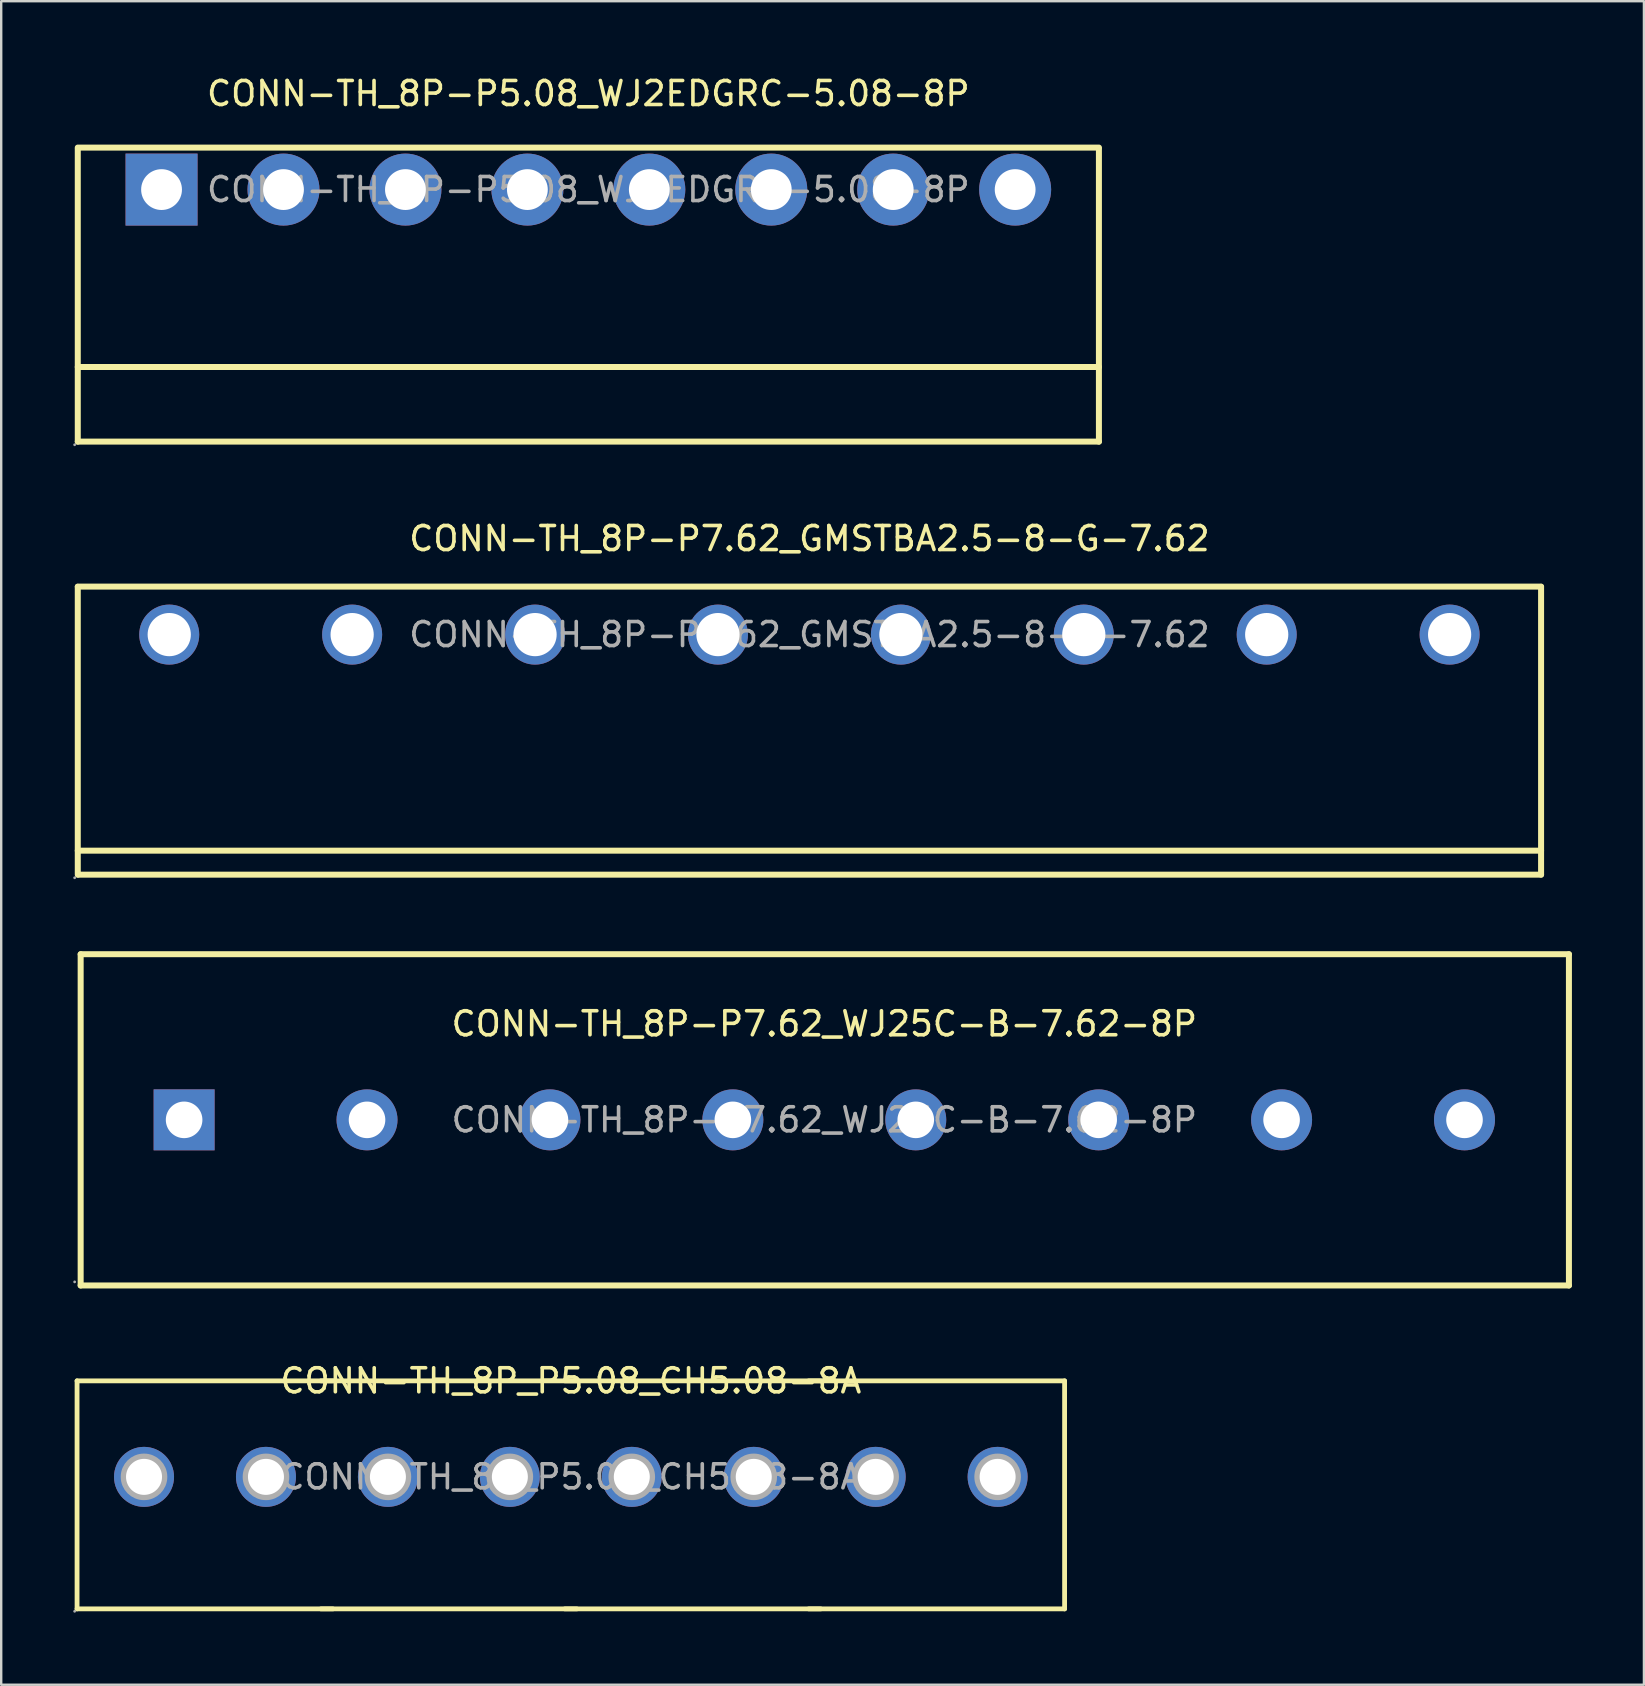
<source format=kicad_pcb>
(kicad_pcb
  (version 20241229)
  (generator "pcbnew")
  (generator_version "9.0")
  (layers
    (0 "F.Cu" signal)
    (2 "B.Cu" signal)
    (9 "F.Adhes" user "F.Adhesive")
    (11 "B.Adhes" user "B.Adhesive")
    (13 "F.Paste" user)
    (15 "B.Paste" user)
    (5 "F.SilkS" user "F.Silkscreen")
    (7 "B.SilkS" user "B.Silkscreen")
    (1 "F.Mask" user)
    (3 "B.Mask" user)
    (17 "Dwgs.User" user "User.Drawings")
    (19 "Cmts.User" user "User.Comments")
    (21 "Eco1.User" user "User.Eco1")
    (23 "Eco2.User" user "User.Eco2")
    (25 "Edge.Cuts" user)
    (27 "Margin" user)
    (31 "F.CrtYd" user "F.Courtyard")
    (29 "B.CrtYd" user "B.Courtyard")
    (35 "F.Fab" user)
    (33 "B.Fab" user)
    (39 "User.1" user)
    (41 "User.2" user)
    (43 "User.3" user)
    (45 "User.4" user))
  (footprint "CONN-TH_8P_P5.08_CH5.08-8A"
    (layer "F.Cu")
    (at 20.73 58.475)
    (property "Reference" "CONN-TH_8P_P5.08_CH5.08-8A" (at 0 -4 0) (layer "F.SilkS") (effects (font (size 1 1) (thickness 0.15))))
    (attr through_hole)
    (fp_line (start -20.57 -4) (end -20.57 5.5) (stroke (width 0.2) (type solid)) (layer "F.SilkS"))
    (fp_line (start -20.57 -4) (end -9.91 -4) (stroke (width 0.2) (type solid)) (layer "F.SilkS"))
    (fp_line (start -20.57 5.5) (end -9.91 5.5) (stroke (width 0.2) (type solid)) (layer "F.SilkS"))
    (fp_line (start -10.41 -4) (end 0.25 -4) (stroke (width 0.2) (type solid)) (layer "F.SilkS"))
    (fp_line (start -10.41 5.5) (end 0.25 5.5) (stroke (width 0.2) (type solid)) (layer "F.SilkS"))
    (fp_line (start -0.25 -4) (end 10.41 -4) (stroke (width 0.2) (type solid)) (layer "F.SilkS"))
    (fp_line (start -0.25 5.5) (end 10.41 5.5) (stroke (width 0.2) (type solid)) (layer "F.SilkS"))
    (fp_line (start 9.91 -4) (end 20.57 -4) (stroke (width 0.2) (type solid)) (layer "F.SilkS"))
    (fp_line (start 9.91 5.5) (end 20.57 5.5) (stroke (width 0.2) (type solid)) (layer "F.SilkS"))
    (fp_line (start 20.57 -4) (end 20.57 5.5) (stroke (width 0.2) (type solid)) (layer "F.SilkS"))
    (fp_circle (center -20.67 5.6) (end -20.64 5.6) (stroke (width 0.06) (type solid)) (fill no) (layer "F.Fab"))
    (fp_circle (center -17.78 0) (end -17.46 0) (stroke (width 0.65) (type solid)) (fill no) (layer "F.Fab"))
    (fp_circle (center -12.7 0) (end -12.38 0) (stroke (width 0.65) (type solid)) (fill no) (layer "F.Fab"))
    (fp_circle (center -7.62 0) (end -7.3 0) (stroke (width 0.65) (type solid)) (fill no) (layer "F.Fab"))
    (fp_circle (center -2.54 0) (end -2.22 0) (stroke (width 0.65) (type solid)) (fill no) (layer "F.Fab"))
    (fp_circle (center 2.54 0) (end 2.86 0) (stroke (width 0.65) (type solid)) (fill no) (layer "F.Fab"))
    (fp_circle (center 7.62 0) (end 7.94 0) (stroke (width 0.65) (type solid)) (fill no) (layer "F.Fab"))
    (fp_circle (center 12.7 0) (end 13.02 0) (stroke (width 0.65) (type solid)) (fill no) (layer "F.Fab"))
    (fp_circle (center 17.78 0) (end 18.1 0) (stroke (width 0.65) (type solid)) (fill no) (layer "F.Fab"))
    (fp_text user "${REFERENCE}" (at 0 0 0) (layer "F.Fab") (effects (font (size 1 1) (thickness 0.15))))
    (pad "1" thru_hole circle (at -17.78 0) (size 2.5 2.5) (drill 1.5) (layers "*.Cu" "*.Paste" "*.Mask"))
    (pad "2" thru_hole circle (at -12.7 0) (size 2.5 2.5) (drill 1.5) (layers "*.Cu" "*.Paste" "*.Mask"))
    (pad "3" thru_hole circle (at -7.62 0) (size 2.5 2.5) (drill 1.5) (layers "*.Cu" "*.Paste" "*.Mask"))
    (pad "4" thru_hole circle (at -2.54 0) (size 2.5 2.5) (drill 1.5) (layers "*.Cu" "*.Paste" "*.Mask"))
    (pad "5" thru_hole circle (at 2.54 0) (size 2.5 2.5) (drill 1.5) (layers "*.Cu" "*.Paste" "*.Mask"))
    (pad "6" thru_hole circle (at 7.62 0) (size 2.5 2.5) (drill 1.5) (layers "*.Cu" "*.Paste" "*.Mask"))
    (pad "7" thru_hole circle (at 12.7 0) (size 2.5 2.5) (drill 1.5) (layers "*.Cu" "*.Paste" "*.Mask"))
    (pad "8" thru_hole circle (at 17.78 0) (size 2.5 2.5) (drill 1.5) (layers "*.Cu" "*.Paste" "*.Mask")))
  (footprint "CONN-TH_8P-P5.08_WJ2EDGRC-5.08-8P"
    (layer "F.Cu")
    (at 21.46 4.848)
    (property "Reference" "CONN-TH_8P-P5.08_WJ2EDGRC-5.08-8P" (at 0 -4 0) (layer "F.SilkS") (effects (font (size 1 1) (thickness 0.15))))
    (attr through_hole)
    (fp_line (start -21.27 7.39) (end 21.27 7.39) (stroke (width 0.25) (type solid)) (layer "F.SilkS"))
    (fp_line (start -21.27 10.5) (end -21.27 -1.7) (stroke (width 0.25) (type solid)) (layer "F.SilkS"))
    (fp_line (start -21.27 10.5) (end 21.27 10.5) (stroke (width 0.25) (type solid)) (layer "F.SilkS"))
    (fp_line (start 21.27 -1.75) (end -21.27 -1.75) (stroke (width 0.25) (type solid)) (layer "F.SilkS"))
    (fp_line (start 21.27 10.5) (end 21.27 -1.7) (stroke (width 0.25) (type solid)) (layer "F.SilkS"))
    (fp_circle (center -21.4 10.63) (end -21.37 10.63) (stroke (width 0.06) (type solid)) (fill no) (layer "F.Fab"))
    (fp_circle (center -17.78 0) (end -17.4 0) (stroke (width 0.75) (type solid)) (fill no) (layer "F.Fab"))
    (fp_circle (center -12.7 0) (end -12.32 0) (stroke (width 0.75) (type solid)) (fill no) (layer "F.Fab"))
    (fp_circle (center -7.62 0) (end -7.24 0) (stroke (width 0.75) (type solid)) (fill no) (layer "F.Fab"))
    (fp_circle (center -2.54 0) (end -2.16 0) (stroke (width 0.75) (type solid)) (fill no) (layer "F.Fab"))
    (fp_circle (center 2.54 0) (end 2.92 0) (stroke (width 0.75) (type solid)) (fill no) (layer "F.Fab"))
    (fp_circle (center 7.62 0) (end 8 0) (stroke (width 0.75) (type solid)) (fill no) (layer "F.Fab"))
    (fp_circle (center 12.7 0) (end 13.08 0) (stroke (width 0.75) (type solid)) (fill no) (layer "F.Fab"))
    (fp_circle (center 17.78 0) (end 18.16 0) (stroke (width 0.75) (type solid)) (fill no) (layer "F.Fab"))
    (fp_text user "${REFERENCE}" (at 0 0 0) (layer "F.Fab") (effects (font (size 1 1) (thickness 0.15))))
    (pad "1" thru_hole rect (at -17.78 0) (size 3 3) (drill 1.7) (layers "*.Cu" "*.Paste" "*.Mask"))
    (pad "2" thru_hole circle (at -12.7 0) (size 3 3) (drill 1.7) (layers "*.Cu" "*.Paste" "*.Mask"))
    (pad "3" thru_hole circle (at -7.62 0) (size 3 3) (drill 1.7) (layers "*.Cu" "*.Paste" "*.Mask"))
    (pad "4" thru_hole circle (at -2.54 0) (size 3 3) (drill 1.7) (layers "*.Cu" "*.Paste" "*.Mask"))
    (pad "5" thru_hole circle (at 2.54 0) (size 3 3) (drill 1.7) (layers "*.Cu" "*.Paste" "*.Mask"))
    (pad "6" thru_hole circle (at 7.62 0) (size 3 3) (drill 1.7) (layers "*.Cu" "*.Paste" "*.Mask"))
    (pad "7" thru_hole circle (at 12.7 0) (size 3 3) (drill 1.7) (layers "*.Cu" "*.Paste" "*.Mask"))
    (pad "8" thru_hole circle (at 17.78 0) (size 3 3) (drill 1.7) (layers "*.Cu" "*.Paste" "*.Mask")))
  (footprint "CONN-TH_8P-P7.62_WJ25C-B-7.62-8P"
    (layer "F.Cu")
    (at 31.29 43.602)
    (property "Reference" "CONN-TH_8P-P7.62_WJ25C-B-7.62-8P" (at 0 -4 0) (layer "F.SilkS") (effects (font (size 1 1) (thickness 0.15))))
    (attr through_hole)
    (fp_line (start -30.98 -6.9) (end 31.02 -6.9) (stroke (width 0.25) (type solid)) (layer "F.SilkS"))
    (fp_line (start -30.98 6.9) (end -30.98 -6.9) (stroke (width 0.25) (type solid)) (layer "F.SilkS"))
    (fp_line (start -30.98 6.9) (end 31.02 6.9) (stroke (width 0.25) (type solid)) (layer "F.SilkS"))
    (fp_line (start 31.02 6.9) (end 31.02 -6.9) (stroke (width 0.25) (type solid)) (layer "F.SilkS"))
    (fp_circle (center -31.23 6.75) (end -31.2 6.75) (stroke (width 0.06) (type solid)) (fill no) (layer "F.Fab"))
    (fp_text user "${REFERENCE}" (at 0 0 0) (layer "F.Fab") (effects (font (size 1 1) (thickness 0.15))))
    (pad "1" thru_hole rect (at -26.67 0) (size 2.54 2.54) (drill 1.524) (layers "*.Cu" "*.Paste" "*.Mask"))
    (pad "2" thru_hole circle (at -19.05 0) (size 2.54 2.54) (drill 1.524) (layers "*.Cu" "*.Paste" "*.Mask"))
    (pad "3" thru_hole circle (at -11.43 0) (size 2.54 2.54) (drill 1.524) (layers "*.Cu" "*.Paste" "*.Mask"))
    (pad "4" thru_hole circle (at -3.81 0) (size 2.54 2.54) (drill 1.524) (layers "*.Cu" "*.Paste" "*.Mask"))
    (pad "5" thru_hole circle (at 3.81 0) (size 2.54 2.54) (drill 1.524) (layers "*.Cu" "*.Paste" "*.Mask"))
    (pad "6" thru_hole circle (at 11.43 0) (size 2.54 2.54) (drill 1.524) (layers "*.Cu" "*.Paste" "*.Mask"))
    (pad "7" thru_hole circle (at 19.05 0) (size 2.54 2.54) (drill 1.524) (layers "*.Cu" "*.Paste" "*.Mask"))
    (pad "8" thru_hole circle (at 26.67 0) (size 2.54 2.54) (drill 1.524) (layers "*.Cu" "*.Paste" "*.Mask")))
  (footprint "CONN-TH_8P-P7.62_GMSTBA2.5-8-G-7.62"
    (layer "F.Cu")
    (at 30.67 23.387)
    (property "Reference" "CONN-TH_8P-P7.62_GMSTBA2.5-8-G-7.62" (at 0 -4 0) (layer "F.SilkS") (effects (font (size 1 1) (thickness 0.15))))
    (attr through_hole)
    (fp_line (start -30.48 -2) (end 30.48 -2) (stroke (width 0.25) (type solid)) (layer "F.SilkS"))
    (fp_line (start -30.48 9) (end 30.48 9) (stroke (width 0.25) (type solid)) (layer "F.SilkS"))
    (fp_line (start -30.48 10) (end -30.48 -1.99) (stroke (width 0.25) (type solid)) (layer "F.SilkS"))
    (fp_line (start -30.47 10) (end 30.48 10) (stroke (width 0.25) (type solid)) (layer "F.SilkS"))
    (fp_line (start 30.48 10) (end 30.48 -1.99) (stroke (width 0.25) (type solid)) (layer "F.SilkS"))
    (fp_circle (center -30.61 10.13) (end -30.58 10.13) (stroke (width 0.06) (type solid)) (fill no) (layer "F.Fab"))
    (fp_circle (center -26.67 0) (end -26.27 0) (stroke (width 0.8) (type solid)) (fill no) (layer "F.Fab"))
    (fp_circle (center -19.05 0) (end -18.65 0) (stroke (width 0.8) (type solid)) (fill no) (layer "F.Fab"))
    (fp_circle (center -11.43 0) (end -11.03 0) (stroke (width 0.8) (type solid)) (fill no) (layer "F.Fab"))
    (fp_circle (center -3.81 0) (end -3.41 0) (stroke (width 0.8) (type solid)) (fill no) (layer "F.Fab"))
    (fp_circle (center 3.81 0) (end 4.21 0) (stroke (width 0.8) (type solid)) (fill no) (layer "F.Fab"))
    (fp_circle (center 11.43 0) (end 11.83 0) (stroke (width 0.8) (type solid)) (fill no) (layer "F.Fab"))
    (fp_circle (center 19.05 0) (end 19.45 0) (stroke (width 0.8) (type solid)) (fill no) (layer "F.Fab"))
    (fp_circle (center 26.67 0) (end 27.07 0) (stroke (width 0.8) (type solid)) (fill no) (layer "F.Fab"))
    (fp_text user "${REFERENCE}" (at 0 0 0) (layer "F.Fab") (effects (font (size 1 1) (thickness 0.15))))
    (pad "1" thru_hole circle (at -26.67 0) (size 2.5 2.5) (drill 1.8) (layers "*.Cu" "*.Paste" "*.Mask"))
    (pad "2" thru_hole circle (at -19.05 0) (size 2.5 2.5) (drill 1.8) (layers "*.Cu" "*.Paste" "*.Mask"))
    (pad "3" thru_hole circle (at -11.43 0) (size 2.5 2.5) (drill 1.8) (layers "*.Cu" "*.Paste" "*.Mask"))
    (pad "4" thru_hole circle (at -3.81 0) (size 2.5 2.5) (drill 1.8) (layers "*.Cu" "*.Paste" "*.Mask"))
    (pad "5" thru_hole circle (at 3.81 0) (size 2.5 2.5) (drill 1.8) (layers "*.Cu" "*.Paste" "*.Mask"))
    (pad "6" thru_hole circle (at 11.43 0) (size 2.5 2.5) (drill 1.8) (layers "*.Cu" "*.Paste" "*.Mask"))
    (pad "7" thru_hole circle (at 19.05 0) (size 2.5 2.5) (drill 1.8) (layers "*.Cu" "*.Paste" "*.Mask"))
    (pad "8" thru_hole circle (at 26.67 0) (size 2.5 2.5) (drill 1.8) (layers "*.Cu" "*.Paste" "*.Mask")))
  (gr_rect
    (start -3 -3)
    (end 65.435 67.135)
    (stroke (width 0.1) (type default))
    (fill no)
    (layer "Edge.Cuts")))
</source>
